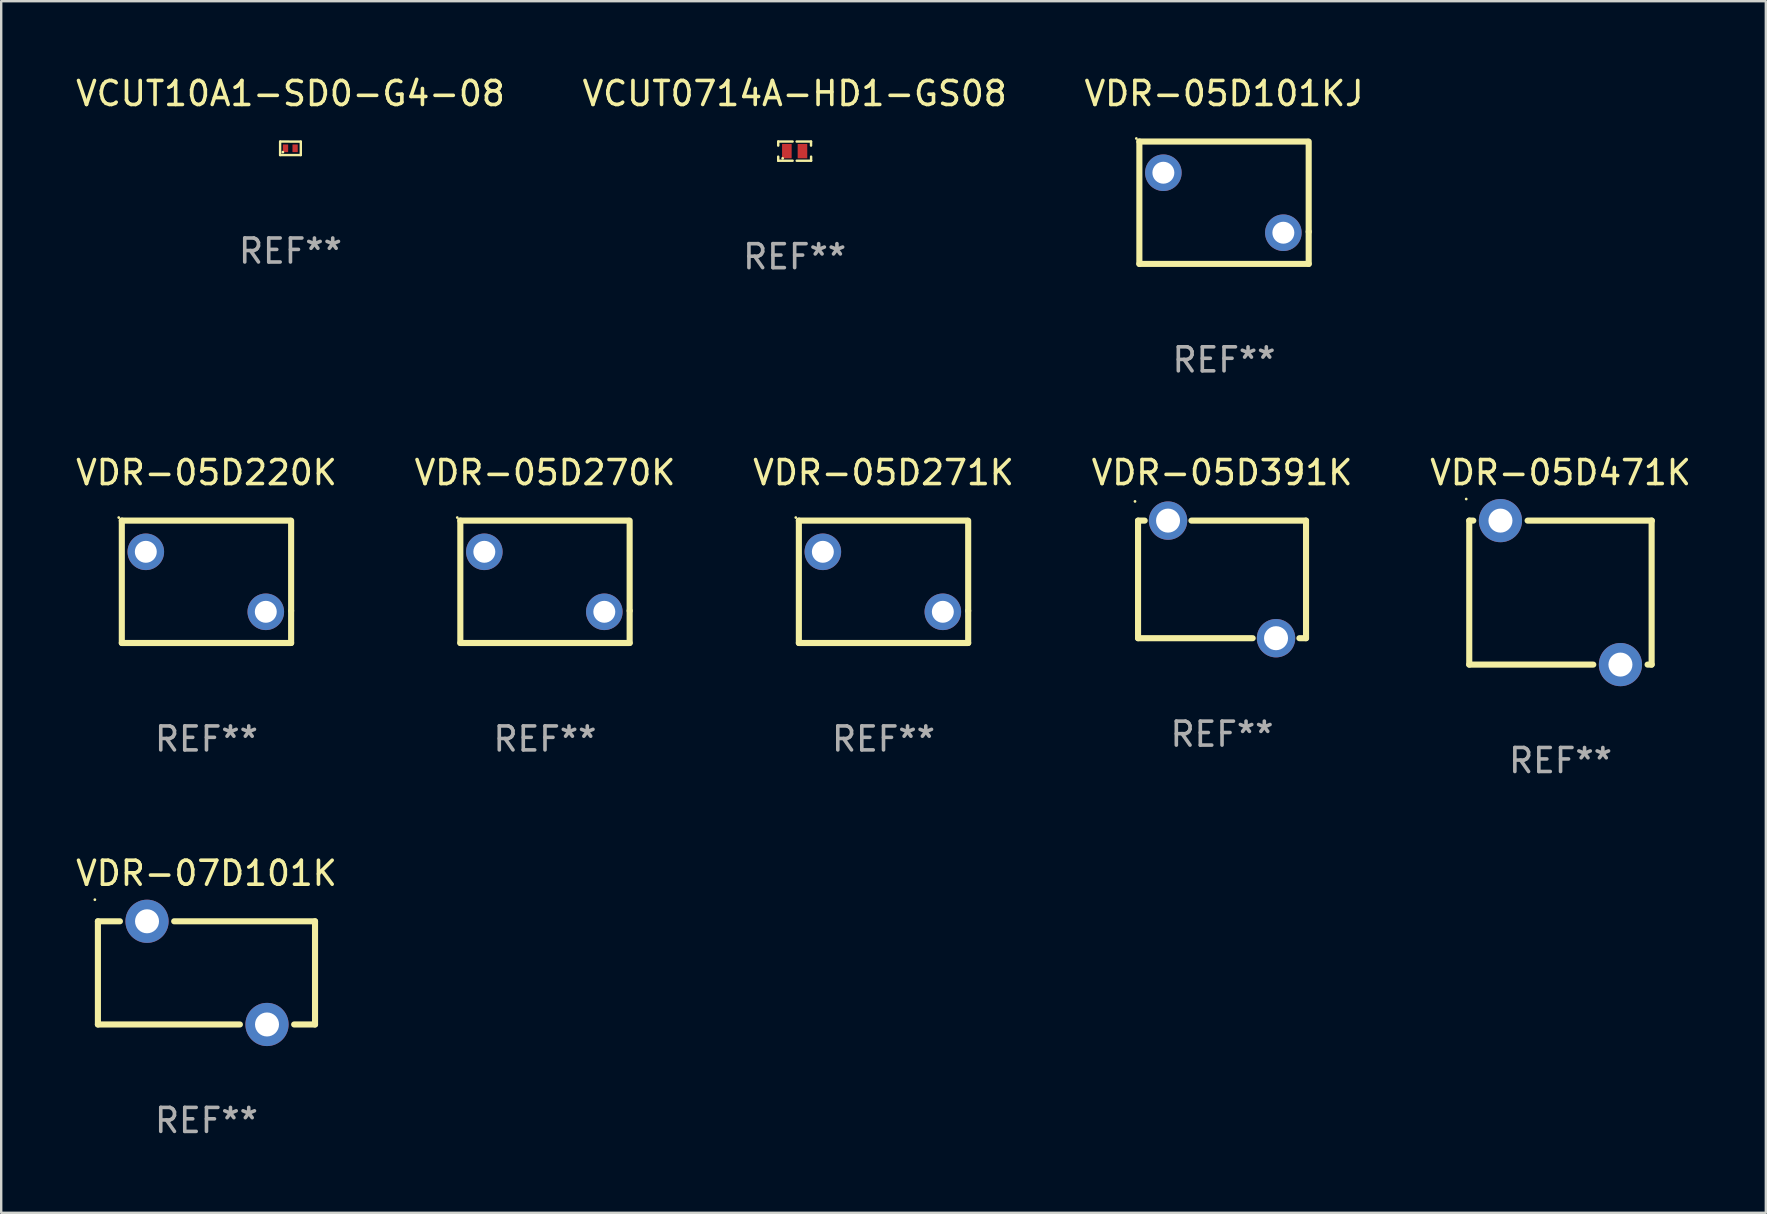
<source format=kicad_pcb>
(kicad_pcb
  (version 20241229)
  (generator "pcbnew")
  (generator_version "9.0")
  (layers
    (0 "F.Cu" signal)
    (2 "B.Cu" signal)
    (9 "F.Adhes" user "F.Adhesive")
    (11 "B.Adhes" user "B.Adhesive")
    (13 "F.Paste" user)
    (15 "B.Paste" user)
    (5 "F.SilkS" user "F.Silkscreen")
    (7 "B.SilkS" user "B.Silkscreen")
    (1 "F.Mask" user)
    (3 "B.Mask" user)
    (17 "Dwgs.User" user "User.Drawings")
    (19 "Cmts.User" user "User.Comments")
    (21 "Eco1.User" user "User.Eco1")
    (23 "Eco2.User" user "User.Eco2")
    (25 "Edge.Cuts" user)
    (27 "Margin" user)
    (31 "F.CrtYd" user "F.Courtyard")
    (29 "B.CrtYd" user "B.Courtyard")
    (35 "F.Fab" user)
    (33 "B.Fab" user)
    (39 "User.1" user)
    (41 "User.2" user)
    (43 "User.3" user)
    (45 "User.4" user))
  (footprint "VDR-05D391K"
    (layer "F.Cu")
    (at 47.875 21.095)
    (property "Reference" "VDR-05D391K" (at 0 -4.45 0) (layer "F.SilkS") (effects (font (size 1 1) (thickness 0.15))))
    (attr through_hole)
    (fp_line (start -3.5 -2.45) (end -3.223 -2.45) (stroke (width 0.254) (type solid)) (layer "F.SilkS"))
    (fp_line (start -3.5 2.45) (end -3.5 -2.45) (stroke (width 0.254) (type solid)) (layer "F.SilkS"))
    (fp_line (start -3.5 2.45) (end 1.277 2.45) (stroke (width 0.254) (type solid)) (layer "F.SilkS"))
    (fp_line (start -1.277 -2.45) (end 3.5 -2.45) (stroke (width 0.254) (type solid)) (layer "F.SilkS"))
    (fp_line (start 3.223 2.45) (end 3.5 2.45) (stroke (width 0.254) (type solid)) (layer "F.SilkS"))
    (fp_line (start 3.5 -2.45) (end 3.5 2.45) (stroke (width 0.254) (type solid)) (layer "F.SilkS"))
    (fp_circle (center -3.627 -3.25) (end -3.597 -3.25) (stroke (width 0.06) (type solid)) (fill no) (layer "F.SilkS"))
    (fp_text user "REF**" (at 0 6.45 0) (layer "F.Fab") (effects (font (size 1 1) (thickness 0.15))))
    (pad "1" thru_hole circle (at -2.25 -2.45) (size 1.6 1.6) (drill 1) (layers "*.Cu" "*.Mask"))
    (pad "2" thru_hole circle (at 2.25 2.45) (size 1.6 1.6) (drill 1) (layers "*.Cu" "*.Mask")))
  (footprint "VCUT0714A-HD1-GS08"
    (layer "F.Cu")
    (at 30.065 3.248)
    (property "Reference" "VCUT0714A-HD1-GS08" (at 0 -2.4 0) (layer "F.SilkS") (effects (font (size 1 1) (thickness 0.15))))
    (attr through_hole)
    (fp_line (start -0.685 -0.4) (end -0.685 -0.23) (stroke (width 0.102) (type solid)) (layer "F.SilkS"))
    (fp_line (start -0.685 0.4) (end -0.685 0.23) (stroke (width 0.102) (type solid)) (layer "F.SilkS"))
    (fp_line (start -0.085 -0.4) (end -0.685 -0.4) (stroke (width 0.102) (type solid)) (layer "F.SilkS"))
    (fp_line (start -0.085 0.4) (end -0.685 0.4) (stroke (width 0.102) (type solid)) (layer "F.SilkS"))
    (fp_line (start 0.082 -0.4) (end 0.682 -0.4) (stroke (width 0.102) (type solid)) (layer "F.SilkS"))
    (fp_line (start 0.085 0.4) (end 0.685 0.4) (stroke (width 0.102) (type solid)) (layer "F.SilkS"))
    (fp_line (start 0.682 -0.4) (end 0.682 -0.23) (stroke (width 0.102) (type solid)) (layer "F.SilkS"))
    (fp_line (start 0.685 0.4) (end 0.685 0.23) (stroke (width 0.102) (type solid)) (layer "F.SilkS"))
    (fp_circle (center -0.5 0.3) (end -0.47 0.3) (stroke (width 0.06) (type solid)) (fill no) (layer "F.SilkS"))
    (fp_text user "REF**" (at 0 4.4 0) (layer "F.Fab") (effects (font (size 1 1) (thickness 0.15))))
    (pad "1" smd rect (at -0.325 0) (size 0.4 0.6) (layers "F.Cu" "F.Mask" "F.Paste"))
    (pad "2" smd rect (at 0.325 0) (size 0.4 0.6) (layers "F.Cu" "F.Mask" "F.Paste")))
  (footprint "VDR-05D270K"
    (layer "F.Cu")
    (at 19.661 21.195)
    (property "Reference" "VDR-05D270K" (at 0 -4.55 0) (layer "F.SilkS") (effects (font (size 1 1) (thickness 0.15))))
    (attr through_hole)
    (fp_line (start -3.528 2.55) (end 3.528 2.55) (stroke (width 0.254) (type solid)) (layer "F.SilkS"))
    (fp_line (start -3.528 -2.55) (end -3.528 2.55) (stroke (width 0.254) (type solid)) (layer "F.SilkS"))
    (fp_line (start -3.528 -2.55) (end 3.472 -2.55) (stroke (width 0.254) (type solid)) (layer "F.SilkS"))
    (fp_line (start 3.528 1.207) (end 3.528 -2.55) (stroke (width 0.254) (type solid)) (layer "F.SilkS"))
    (fp_line (start 3.528 2.55) (end 3.528 1.207) (stroke (width 0.254) (type solid)) (layer "F.SilkS"))
    (fp_circle (center -3.655 -2.677) (end -3.625 -2.677) (stroke (width 0.06) (type solid)) (fill no) (layer "F.SilkS"))
    (fp_text user "REF**" (at 0 6.55 0) (layer "F.Fab") (effects (font (size 1 1) (thickness 0.15))))
    (pad "1" thru_hole circle (at -2.528 -1.25) (size 1.524 1.524) (drill 0.914) (layers "*.Cu" "*.Mask"))
    (pad "2" thru_hole circle (at 2.472 1.25) (size 1.524 1.524) (drill 0.914) (layers "*.Cu" "*.Mask")))
  (footprint "VDR-05D271K"
    (layer "F.Cu")
    (at 33.768 21.195)
    (property "Reference" "VDR-05D271K" (at 0 -4.55 0) (layer "F.SilkS") (effects (font (size 1 1) (thickness 0.15))))
    (attr through_hole)
    (fp_line (start -3.528 2.55) (end 3.528 2.55) (stroke (width 0.254) (type solid)) (layer "F.SilkS"))
    (fp_line (start -3.528 -2.55) (end -3.528 2.55) (stroke (width 0.254) (type solid)) (layer "F.SilkS"))
    (fp_line (start -3.528 -2.55) (end 3.472 -2.55) (stroke (width 0.254) (type solid)) (layer "F.SilkS"))
    (fp_line (start 3.528 1.207) (end 3.528 -2.55) (stroke (width 0.254) (type solid)) (layer "F.SilkS"))
    (fp_line (start 3.528 2.55) (end 3.528 1.207) (stroke (width 0.254) (type solid)) (layer "F.SilkS"))
    (fp_circle (center -3.655 -2.677) (end -3.625 -2.677) (stroke (width 0.06) (type solid)) (fill no) (layer "F.SilkS"))
    (fp_text user "REF**" (at 0 6.55 0) (layer "F.Fab") (effects (font (size 1 1) (thickness 0.15))))
    (pad "1" thru_hole circle (at -2.528 -1.25) (size 1.524 1.524) (drill 0.914) (layers "*.Cu" "*.Mask"))
    (pad "2" thru_hole circle (at 2.472 1.25) (size 1.524 1.524) (drill 0.914) (layers "*.Cu" "*.Mask")))
  (footprint "VDR-05D220K"
    (layer "F.Cu")
    (at 5.554 21.195)
    (property "Reference" "VDR-05D220K" (at 0 -4.55 0) (layer "F.SilkS") (effects (font (size 1 1) (thickness 0.15))))
    (attr through_hole)
    (fp_line (start -3.528 2.55) (end 3.528 2.55) (stroke (width 0.254) (type solid)) (layer "F.SilkS"))
    (fp_line (start -3.528 -2.55) (end -3.528 2.55) (stroke (width 0.254) (type solid)) (layer "F.SilkS"))
    (fp_line (start -3.528 -2.55) (end 3.472 -2.55) (stroke (width 0.254) (type solid)) (layer "F.SilkS"))
    (fp_line (start 3.528 1.207) (end 3.528 -2.55) (stroke (width 0.254) (type solid)) (layer "F.SilkS"))
    (fp_line (start 3.528 2.55) (end 3.528 1.207) (stroke (width 0.254) (type solid)) (layer "F.SilkS"))
    (fp_circle (center -3.655 -2.677) (end -3.625 -2.677) (stroke (width 0.06) (type solid)) (fill no) (layer "F.SilkS"))
    (fp_text user "REF**" (at 0 6.55 0) (layer "F.Fab") (effects (font (size 1 1) (thickness 0.15))))
    (pad "1" thru_hole circle (at -2.528 -1.25) (size 1.524 1.524) (drill 0.914) (layers "*.Cu" "*.Mask"))
    (pad "2" thru_hole circle (at 2.472 1.25) (size 1.524 1.524) (drill 0.914) (layers "*.Cu" "*.Mask")))
  (footprint "VCUT10A1-SD0-G4-08"
    (layer "F.Cu")
    (at 9.054 3.13)
    (property "Reference" "VCUT10A1-SD0-G4-08" (at 0 -2.282 0) (layer "F.SilkS") (effects (font (size 1 1) (thickness 0.15))))
    (attr through_hole)
    (fp_line (start -0.431 0.282) (end -0.431 -0.279) (stroke (width 0.1) (type solid)) (layer "F.SilkS"))
    (fp_line (start -0.428 -0.282) (end 0.431 -0.279) (stroke (width 0.1) (type solid)) (layer "F.SilkS"))
    (fp_line (start 0.431 -0.279) (end 0.431 0.282) (stroke (width 0.1) (type solid)) (layer "F.SilkS"))
    (fp_line (start 0.431 0.282) (end -0.431 0.282) (stroke (width 0.1) (type solid)) (layer "F.SilkS"))
    (fp_circle (center -0.316 0.16) (end -0.286 0.16) (stroke (width 0.06) (type solid)) (fill no) (layer "F.SilkS"))
    (fp_text user "REF**" (at 0 4.282 0) (layer "F.Fab") (effects (font (size 1 1) (thickness 0.15))))
    (pad "1" smd rect (at -0.206 0) (size 0.22 0.32) (layers "F.Cu" "F.Mask" "F.Paste"))
    (pad "2" smd rect (at 0.194 0) (size 0.22 0.32) (layers "F.Cu" "F.Mask" "F.Paste")))
  (footprint "VDR-05D471K"
    (layer "F.Cu")
    (at 61.982 21.645)
    (property "Reference" "VDR-05D471K" (at 0 -5 0) (layer "F.SilkS") (effects (font (size 1 1) (thickness 0.15))))
    (attr through_hole)
    (fp_line (start -3.805 -3) (end -3.805 3) (stroke (width 0.254) (type solid)) (layer "F.SilkS"))
    (fp_line (start -3.805 -3) (end -3.636 -3) (stroke (width 0.254) (type solid)) (layer "F.SilkS"))
    (fp_line (start -3.805 3) (end 1.364 3) (stroke (width 0.254) (type solid)) (layer "F.SilkS"))
    (fp_line (start -1.374 -3) (end 3.805 -3) (stroke (width 0.254) (type solid)) (layer "F.SilkS"))
    (fp_line (start 3.626 3) (end 3.795 3) (stroke (width 0.254) (type solid)) (layer "F.SilkS"))
    (fp_line (start 3.795 -3) (end 3.795 3) (stroke (width 0.254) (type solid)) (layer "F.SilkS"))
    (fp_circle (center -3.932 -3.9) (end -3.902 -3.9) (stroke (width 0.06) (type solid)) (fill no) (layer "F.SilkS"))
    (fp_text user "REF**" (at 0 7 0) (layer "F.Fab") (effects (font (size 1 1) (thickness 0.15))))
    (pad "1" thru_hole circle (at -2.505 -3) (size 1.8 1.8) (drill 1) (layers "*.Cu" "*.Mask"))
    (pad "2" thru_hole circle (at 2.495 3) (size 1.8 1.8) (drill 1) (layers "*.Cu" "*.Mask")))
  (footprint "VDR-07D101K"
    (layer "F.Cu")
    (at 5.554 37.492)
    (property "Reference" "VDR-07D101K" (at 0 -4.15 0) (layer "F.SilkS") (effects (font (size 1 1) (thickness 0.15))))
    (attr through_hole)
    (fp_line (start -4.524 -2.15) (end -4.524 2.15) (stroke (width 0.254) (type solid)) (layer "F.SilkS"))
    (fp_line (start -4.524 -2.15) (end -3.607 -2.15) (stroke (width 0.254) (type solid)) (layer "F.SilkS"))
    (fp_line (start -4.524 2.15) (end 1.393 2.15) (stroke (width 0.254) (type solid)) (layer "F.SilkS"))
    (fp_line (start -1.346 -2.15) (end 4.524 -2.15) (stroke (width 0.254) (type solid)) (layer "F.SilkS"))
    (fp_line (start 3.654 2.15) (end 4.524 2.15) (stroke (width 0.254) (type solid)) (layer "F.SilkS"))
    (fp_line (start 4.524 -2.15) (end 4.524 2.15) (stroke (width 0.254) (type solid)) (layer "F.SilkS"))
    (fp_circle (center -4.651 -3.05) (end -4.621 -3.05) (stroke (width 0.06) (type solid)) (fill no) (layer "F.SilkS"))
    (fp_text user "REF**" (at 0 6.15 0) (layer "F.Fab") (effects (font (size 1 1) (thickness 0.15))))
    (pad "1" thru_hole circle (at -2.477 -2.15) (size 1.8 1.8) (drill 1) (layers "*.Cu" "*.Mask"))
    (pad "2" thru_hole circle (at 2.523 2.15) (size 1.8 1.8) (drill 1) (layers "*.Cu" "*.Mask")))
  (footprint "VDR-05D101KJ"
    (layer "F.Cu")
    (at 47.958 5.398)
    (property "Reference" "VDR-05D101KJ" (at 0 -4.55 0) (layer "F.SilkS") (effects (font (size 1 1) (thickness 0.15))))
    (attr through_hole)
    (fp_line (start -3.528 2.55) (end 3.528 2.55) (stroke (width 0.254) (type solid)) (layer "F.SilkS"))
    (fp_line (start -3.528 -2.55) (end -3.528 2.55) (stroke (width 0.254) (type solid)) (layer "F.SilkS"))
    (fp_line (start -3.528 -2.55) (end 3.472 -2.55) (stroke (width 0.254) (type solid)) (layer "F.SilkS"))
    (fp_line (start 3.528 1.207) (end 3.528 -2.55) (stroke (width 0.254) (type solid)) (layer "F.SilkS"))
    (fp_line (start 3.528 2.55) (end 3.528 1.207) (stroke (width 0.254) (type solid)) (layer "F.SilkS"))
    (fp_circle (center -3.655 -2.677) (end -3.625 -2.677) (stroke (width 0.06) (type solid)) (fill no) (layer "F.SilkS"))
    (fp_text user "REF**" (at 0 6.55 0) (layer "F.Fab") (effects (font (size 1 1) (thickness 0.15))))
    (pad "1" thru_hole circle (at -2.528 -1.25) (size 1.524 1.524) (drill 0.914) (layers "*.Cu" "*.Mask"))
    (pad "2" thru_hole circle (at 2.472 1.25) (size 1.524 1.524) (drill 0.914) (layers "*.Cu" "*.Mask")))
  (gr_rect
    (start -3 -3)
    (end 70.536 47.49)
    (stroke (width 0.1) (type default))
    (fill no)
    (layer "Edge.Cuts")))
</source>
